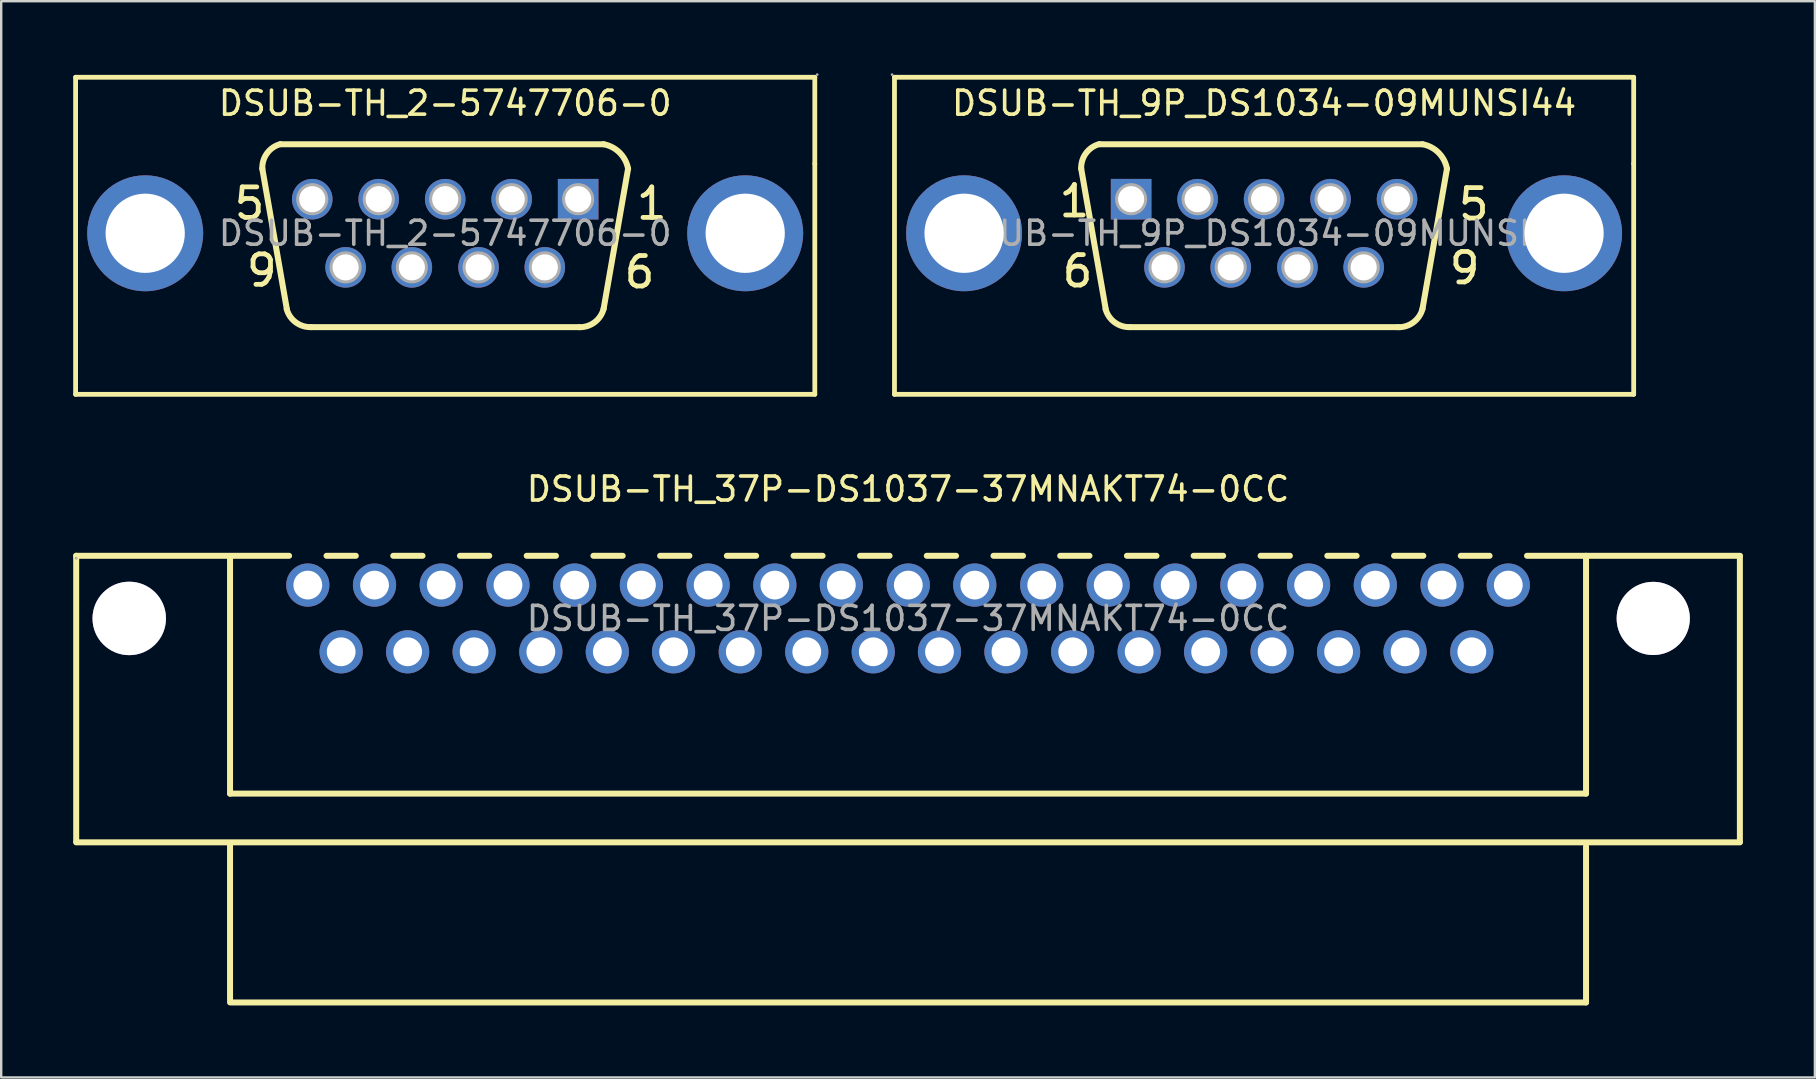
<source format=kicad_pcb>
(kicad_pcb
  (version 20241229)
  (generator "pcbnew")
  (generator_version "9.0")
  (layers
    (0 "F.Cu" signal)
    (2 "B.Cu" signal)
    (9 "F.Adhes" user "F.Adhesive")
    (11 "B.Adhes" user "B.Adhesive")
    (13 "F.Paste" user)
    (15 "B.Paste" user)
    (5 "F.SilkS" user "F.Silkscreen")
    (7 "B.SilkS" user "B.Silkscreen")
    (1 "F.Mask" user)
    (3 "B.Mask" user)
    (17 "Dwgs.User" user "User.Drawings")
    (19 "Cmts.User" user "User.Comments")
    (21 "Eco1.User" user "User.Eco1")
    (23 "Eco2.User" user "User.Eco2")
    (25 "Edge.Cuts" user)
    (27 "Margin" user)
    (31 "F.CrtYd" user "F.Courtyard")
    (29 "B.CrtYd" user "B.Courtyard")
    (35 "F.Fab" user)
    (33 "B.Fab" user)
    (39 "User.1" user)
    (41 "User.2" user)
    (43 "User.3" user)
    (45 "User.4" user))
  (footprint "DSUB-TH_9P_DS1034-09MUNSI44"
    (layer "F.Cu")
    (at 49.62 6.67)
    (property "Reference" "DSUB-TH_9P_DS1034-09MUNSI44" (at 0 -5.42 0) (layer "F.SilkS") (effects (font (size 1 1) (thickness 0.15))))
    (attr through_hole)
    (fp_line (start -15.4 -6.5) (end 15.4 -6.5) (stroke (width 0.2) (type solid)) (layer "F.SilkS"))
    (fp_line (start -15.4 6.71) (end -15.4 -6.5) (stroke (width 0.2) (type solid)) (layer "F.SilkS"))
    (fp_line (start -7.62 -2.69) (end -6.6 3.15) (stroke (width 0.25) (type solid)) (layer "F.SilkS"))
    (fp_line (start -6.86 -3.71) (end 6.6 -3.71) (stroke (width 0.25) (type solid)) (layer "F.SilkS"))
    (fp_line (start -5.59 3.91) (end 5.59 3.91) (stroke (width 0.25) (type solid)) (layer "F.SilkS"))
    (fp_line (start 6.6 3.15) (end 7.62 -2.69) (stroke (width 0.25) (type solid)) (layer "F.SilkS"))
    (fp_line (start 15.4 -6.5) (end 15.4 -2.9) (stroke (width 0.2) (type solid)) (layer "F.SilkS"))
    (fp_line (start 15.4 -2.9) (end 15.4 6.71) (stroke (width 0.2) (type solid)) (layer "F.SilkS"))
    (fp_line (start 15.4 6.71) (end -15.4 6.71) (stroke (width 0.2) (type solid)) (layer "F.SilkS"))
    (fp_arc (start -7.62 -2.69) (mid -7.42237 -3.334737) (end -6.865846 -3.715559) (stroke (width 0.25) (type solid)) (layer "F.SilkS"))
    (fp_arc (start -5.59 3.91) (mid -6.228488 3.709171) (end -6.605186 3.15591) (stroke (width 0.25) (type solid)) (layer "F.SilkS"))
    (fp_arc (start 6.6 -3.71) (mid 7.269204 -3.358238) (end 7.620247 -2.688656) (stroke (width 0.25) (type solid)) (layer "F.SilkS"))
    (fp_arc (start 6.6 3.15) (mid 6.225929 3.707516) (end 5.586866 3.913311) (stroke (width 0.25) (type solid)) (layer "F.SilkS"))
    (fp_circle (center -15.5 -6.61) (end -15.47 -6.61) (stroke (width 0.06) (type solid)) (fill no) (layer "F.Fab"))
    (fp_circle (center -12.5 0) (end -11.72 0) (stroke (width 1.55) (type solid)) (fill no) (layer "F.Fab"))
    (fp_circle (center -5.54 -1.42) (end -5.32 -1.42) (stroke (width 0.45) (type solid)) (fill no) (layer "F.Fab"))
    (fp_circle (center -4.15 1.42) (end -3.93 1.42) (stroke (width 0.45) (type solid)) (fill no) (layer "F.Fab"))
    (fp_circle (center -2.77 -1.42) (end -2.55 -1.42) (stroke (width 0.45) (type solid)) (fill no) (layer "F.Fab"))
    (fp_circle (center -1.39 1.42) (end -1.17 1.42) (stroke (width 0.45) (type solid)) (fill no) (layer "F.Fab"))
    (fp_circle (center 0 -1.42) (end 0.22 -1.42) (stroke (width 0.45) (type solid)) (fill no) (layer "F.Fab"))
    (fp_circle (center 1.39 1.42) (end 1.61 1.42) (stroke (width 0.45) (type solid)) (fill no) (layer "F.Fab"))
    (fp_circle (center 2.77 -1.42) (end 2.99 -1.42) (stroke (width 0.45) (type solid)) (fill no) (layer "F.Fab"))
    (fp_circle (center 4.15 1.42) (end 4.37 1.42) (stroke (width 0.45) (type solid)) (fill no) (layer "F.Fab"))
    (fp_circle (center 5.54 -1.42) (end 5.76 -1.42) (stroke (width 0.45) (type solid)) (fill no) (layer "F.Fab"))
    (fp_circle (center 12.5 0) (end 13.28 0) (stroke (width 1.55) (type solid)) (fill no) (layer "F.Fab"))
    (fp_text user "6" (at -8.51 1.58 0) (layer "F.SilkS") (effects (font (size 1.27 1.27) (thickness 0.2)) (justify left)))
    (fp_text user "1" (at -8.64 -1.34 0) (layer "F.SilkS") (effects (font (size 1.27 1.27) (thickness 0.2)) (justify left)))
    (fp_text user "5" (at 8 -1.21 0) (layer "F.SilkS") (effects (font (size 1.27 1.27) (thickness 0.2)) (justify left)))
    (fp_text user "9" (at 7.62 1.45 0) (layer "F.SilkS") (effects (font (size 1.27 1.27) (thickness 0.2)) (justify left)))
    (fp_text user "${REFERENCE}" (at 0 0 0) (layer "F.Fab") (effects (font (size 1 1) (thickness 0.15))))
    (pad "1" thru_hole rect (at -5.54 -1.42) (size 1.69 1.69) (drill 1.09) (layers "*.Cu" "*.Paste" "*.Mask"))
    (pad "2" thru_hole circle (at -2.77 -1.42) (size 1.69 1.69) (drill 1.09) (layers "*.Cu" "*.Paste" "*.Mask"))
    (pad "3" thru_hole circle (at 0 -1.42) (size 1.69 1.69) (drill 1.09) (layers "*.Cu" "*.Paste" "*.Mask"))
    (pad "4" thru_hole circle (at 2.77 -1.42) (size 1.69 1.69) (drill 1.09) (layers "*.Cu" "*.Paste" "*.Mask"))
    (pad "5" thru_hole circle (at 5.54 -1.42) (size 1.69 1.69) (drill 1.09) (layers "*.Cu" "*.Paste" "*.Mask"))
    (pad "6" thru_hole circle (at -4.15 1.42) (size 1.69 1.69) (drill 1.09) (layers "*.Cu" "*.Paste" "*.Mask"))
    (pad "7" thru_hole circle (at -1.39 1.42) (size 1.69 1.69) (drill 1.09) (layers "*.Cu" "*.Paste" "*.Mask"))
    (pad "8" thru_hole circle (at 1.39 1.42) (size 1.69 1.69) (drill 1.09) (layers "*.Cu" "*.Paste" "*.Mask"))
    (pad "9" thru_hole circle (at 4.15 1.42) (size 1.69 1.69) (drill 1.09) (layers "*.Cu" "*.Paste" "*.Mask"))
    (pad "10" thru_hole circle (at 12.5 0) (size 4.83 4.83) (drill 3.302) (layers "*.Cu" "*.Paste" "*.Mask"))
    (pad "11" thru_hole circle (at -12.5 0) (size 4.83 4.83) (drill 3.302) (layers "*.Cu" "*.Paste" "*.Mask")))
  (footprint "DSUB-TH_37P-DS1037-37MNAKT74-0CC"
    (layer "F.Cu")
    (at 34.785 22.718)
    (property "Reference" "DSUB-TH_37P-DS1037-37MNAKT74-0CC" (at 0 -5.39 0) (layer "F.SilkS") (effects (font (size 1 1) (thickness 0.15))))
    (attr through_hole)
    (fp_line (start -34.66 -2.61) (end -25.79 -2.61) (stroke (width 0.25) (type solid)) (layer "F.SilkS"))
    (fp_line (start -34.66 9.3) (end -34.66 -2.61) (stroke (width 0.25) (type solid)) (layer "F.SilkS"))
    (fp_line (start -28.25 7.3) (end -28.25 -2.6) (stroke (width 0.25) (type solid)) (layer "F.SilkS"))
    (fp_line (start -28.25 15.9) (end -28.25 9.4) (stroke (width 0.25) (type solid)) (layer "F.SilkS"))
    (fp_line (start -24.23 -2.61) (end -23.01 -2.61) (stroke (width 0.25) (type solid)) (layer "F.SilkS"))
    (fp_line (start -21.45 -2.61) (end -20.23 -2.61) (stroke (width 0.25) (type solid)) (layer "F.SilkS"))
    (fp_line (start -18.67 -2.61) (end -17.45 -2.61) (stroke (width 0.25) (type solid)) (layer "F.SilkS"))
    (fp_line (start -15.89 -2.61) (end -14.67 -2.61) (stroke (width 0.25) (type solid)) (layer "F.SilkS"))
    (fp_line (start -13.11 -2.61) (end -11.89 -2.61) (stroke (width 0.25) (type solid)) (layer "F.SilkS"))
    (fp_line (start -10.33 -2.61) (end -9.11 -2.61) (stroke (width 0.25) (type solid)) (layer "F.SilkS"))
    (fp_line (start -7.55 -2.61) (end -6.33 -2.61) (stroke (width 0.25) (type solid)) (layer "F.SilkS"))
    (fp_line (start -4.77 -2.61) (end -3.56 -2.61) (stroke (width 0.25) (type solid)) (layer "F.SilkS"))
    (fp_line (start -2 -2.61) (end -0.77 -2.61) (stroke (width 0.25) (type solid)) (layer "F.SilkS"))
    (fp_line (start 0.78 -2.61) (end 2 -2.61) (stroke (width 0.25) (type solid)) (layer "F.SilkS"))
    (fp_line (start 3.56 -2.61) (end 4.79 -2.61) (stroke (width 0.25) (type solid)) (layer "F.SilkS"))
    (fp_line (start 6.34 -2.61) (end 7.56 -2.61) (stroke (width 0.25) (type solid)) (layer "F.SilkS"))
    (fp_line (start 9.12 -2.61) (end 10.35 -2.61) (stroke (width 0.25) (type solid)) (layer "F.SilkS"))
    (fp_line (start 11.9 -2.61) (end 13.13 -2.61) (stroke (width 0.25) (type solid)) (layer "F.SilkS"))
    (fp_line (start 14.69 -2.61) (end 15.91 -2.61) (stroke (width 0.25) (type solid)) (layer "F.SilkS"))
    (fp_line (start 17.47 -2.61) (end 18.69 -2.61) (stroke (width 0.25) (type solid)) (layer "F.SilkS"))
    (fp_line (start 20.25 -2.61) (end 21.47 -2.61) (stroke (width 0.25) (type solid)) (layer "F.SilkS"))
    (fp_line (start 23.03 -2.61) (end 24.23 -2.61) (stroke (width 0.25) (type solid)) (layer "F.SilkS"))
    (fp_line (start 25.79 -2.61) (end 34.66 -2.61) (stroke (width 0.25) (type solid)) (layer "F.SilkS"))
    (fp_line (start 28.25 7.3) (end -28.25 7.3) (stroke (width 0.25) (type solid)) (layer "F.SilkS"))
    (fp_line (start 28.25 7.3) (end 28.25 -2.61) (stroke (width 0.25) (type solid)) (layer "F.SilkS"))
    (fp_line (start 28.25 16) (end -28.25 16) (stroke (width 0.25) (type solid)) (layer "F.SilkS"))
    (fp_line (start 28.25 16) (end 28.25 9.5) (stroke (width 0.25) (type solid)) (layer "F.SilkS"))
    (fp_line (start 34.66 9.31) (end 34.66 -2.6) (stroke (width 0.25) (type solid)) (layer "F.SilkS"))
    (fp_line (start 34.66 9.33) (end -34.66 9.33) (stroke (width 0.25) (type solid)) (layer "F.SilkS"))
    (fp_circle (center -32.45 0) (end -31.7 0) (stroke (width 1.5) (type solid)) (fill no) (layer "Cmts.User"))
    (fp_circle (center 31.05 0) (end 31.8 0) (stroke (width 1.5) (type solid)) (fill no) (layer "Cmts.User"))
    (fp_circle (center -34.66 -2.51) (end -34.63 -2.51) (stroke (width 0.06) (type solid)) (fill no) (layer "F.Fab"))
    (fp_text user "${REFERENCE}" (at 0 0 0) (layer "F.Fab") (effects (font (size 1 1) (thickness 0.15))))
    (pad "" thru_hole circle (at -32.45 0) (size 3.06 3.06) (drill 3.06) (layers "*.Cu" "*.Mask"))
    (pad "" thru_hole circle (at 31.05 0) (size 3.05 3.05) (drill 3.05) (layers "*.Cu" "*.Mask"))
    (pad "1" thru_hole circle (at -25.01 -1.39) (size 1.8 1.8) (drill 1.2) (layers "*.Cu" "*.Paste" "*.Mask"))
    (pad "2" thru_hole circle (at -22.23 -1.39) (size 1.8 1.8) (drill 1.2) (layers "*.Cu" "*.Paste" "*.Mask"))
    (pad "3" thru_hole circle (at -19.45 -1.39) (size 1.8 1.8) (drill 1.2) (layers "*.Cu" "*.Paste" "*.Mask"))
    (pad "4" thru_hole circle (at -16.67 -1.39) (size 1.8 1.8) (drill 1.2) (layers "*.Cu" "*.Paste" "*.Mask"))
    (pad "5" thru_hole circle (at -13.89 -1.39) (size 1.8 1.8) (drill 1.2) (layers "*.Cu" "*.Paste" "*.Mask"))
    (pad "6" thru_hole circle (at -11.11 -1.39) (size 1.8 1.8) (drill 1.2) (layers "*.Cu" "*.Paste" "*.Mask"))
    (pad "7" thru_hole circle (at -8.33 -1.39) (size 1.8 1.8) (drill 1.2) (layers "*.Cu" "*.Paste" "*.Mask"))
    (pad "8" thru_hole circle (at -5.55 -1.39) (size 1.8 1.8) (drill 1.2) (layers "*.Cu" "*.Paste" "*.Mask"))
    (pad "9" thru_hole circle (at -2.78 -1.39) (size 1.8 1.8) (drill 1.2) (layers "*.Cu" "*.Paste" "*.Mask"))
    (pad "10" thru_hole circle (at 0.01 -1.39) (size 1.8 1.8) (drill 1.2) (layers "*.Cu" "*.Paste" "*.Mask"))
    (pad "11" thru_hole circle (at 2.78 -1.39) (size 1.8 1.8) (drill 1.2) (layers "*.Cu" "*.Paste" "*.Mask"))
    (pad "12" thru_hole circle (at 5.57 -1.39) (size 1.8 1.8) (drill 1.2) (layers "*.Cu" "*.Paste" "*.Mask"))
    (pad "13" thru_hole circle (at 8.34 -1.39) (size 1.8 1.8) (drill 1.2) (layers "*.Cu" "*.Paste" "*.Mask"))
    (pad "14" thru_hole circle (at 11.13 -1.39) (size 1.8 1.8) (drill 1.2) (layers "*.Cu" "*.Paste" "*.Mask"))
    (pad "15" thru_hole circle (at 13.91 -1.39) (size 1.8 1.8) (drill 1.2) (layers "*.Cu" "*.Paste" "*.Mask"))
    (pad "16" thru_hole circle (at 16.69 -1.39) (size 1.8 1.8) (drill 1.2) (layers "*.Cu" "*.Paste" "*.Mask"))
    (pad "17" thru_hole circle (at 19.47 -1.39) (size 1.8 1.8) (drill 1.2) (layers "*.Cu" "*.Paste" "*.Mask"))
    (pad "18" thru_hole circle (at 22.25 -1.39) (size 1.8 1.8) (drill 1.2) (layers "*.Cu" "*.Paste" "*.Mask"))
    (pad "19" thru_hole circle (at 25.01 -1.39) (size 1.8 1.8) (drill 1.2) (layers "*.Cu" "*.Paste" "*.Mask"))
    (pad "20" thru_hole circle (at -23.62 1.39) (size 1.8 1.8) (drill 1.2) (layers "*.Cu" "*.Paste" "*.Mask"))
    (pad "21" thru_hole circle (at -20.85 1.39) (size 1.8 1.8) (drill 1.2) (layers "*.Cu" "*.Paste" "*.Mask"))
    (pad "22" thru_hole circle (at -18.08 1.39) (size 1.8 1.8) (drill 1.2) (layers "*.Cu" "*.Paste" "*.Mask"))
    (pad "23" thru_hole circle (at -15.3 1.39) (size 1.8 1.8) (drill 1.2) (layers "*.Cu" "*.Paste" "*.Mask"))
    (pad "24" thru_hole circle (at -12.53 1.39) (size 1.8 1.8) (drill 1.2) (layers "*.Cu" "*.Paste" "*.Mask"))
    (pad "25" thru_hole circle (at -9.77 1.39) (size 1.8 1.8) (drill 1.2) (layers "*.Cu" "*.Paste" "*.Mask"))
    (pad "26" thru_hole circle (at -6.99 1.39) (size 1.8 1.8) (drill 1.2) (layers "*.Cu" "*.Paste" "*.Mask"))
    (pad "27" thru_hole circle (at -4.22 1.39) (size 1.8 1.8) (drill 1.2) (layers "*.Cu" "*.Paste" "*.Mask"))
    (pad "28" thru_hole circle (at -1.45 1.39) (size 1.8 1.8) (drill 1.2) (layers "*.Cu" "*.Paste" "*.Mask"))
    (pad "29" thru_hole circle (at 1.31 1.39) (size 1.8 1.8) (drill 1.2) (layers "*.Cu" "*.Paste" "*.Mask"))
    (pad "30" thru_hole circle (at 4.08 1.39) (size 1.8 1.8) (drill 1.2) (layers "*.Cu" "*.Paste" "*.Mask"))
    (pad "31" thru_hole circle (at 6.86 1.39) (size 1.8 1.8) (drill 1.2) (layers "*.Cu" "*.Paste" "*.Mask"))
    (pad "32" thru_hole circle (at 9.63 1.39) (size 1.8 1.8) (drill 1.2) (layers "*.Cu" "*.Paste" "*.Mask"))
    (pad "33" thru_hole circle (at 12.4 1.39) (size 1.8 1.8) (drill 1.2) (layers "*.Cu" "*.Paste" "*.Mask"))
    (pad "34" thru_hole circle (at 15.17 1.39) (size 1.8 1.8) (drill 1.2) (layers "*.Cu" "*.Paste" "*.Mask"))
    (pad "35" thru_hole circle (at 17.94 1.39) (size 1.8 1.8) (drill 1.2) (layers "*.Cu" "*.Paste" "*.Mask"))
    (pad "36" thru_hole circle (at 20.71 1.39) (size 1.8 1.8) (drill 1.2) (layers "*.Cu" "*.Paste" "*.Mask"))
    (pad "37" thru_hole circle (at 23.49 1.39) (size 1.8 1.8) (drill 1.2) (layers "*.Cu" "*.Paste" "*.Mask")))
  (footprint "DSUB-TH_2-5747706-0"
    (layer "F.Cu")
    (at 15.5 6.67)
    (property "Reference" "DSUB-TH_2-5747706-0" (at 0 -5.42 0) (layer "F.SilkS") (effects (font (size 1 1) (thickness 0.15))))
    (attr through_hole)
    (fp_line (start -15.4 -6.5) (end 15.4 -6.5) (stroke (width 0.2) (type solid)) (layer "F.SilkS"))
    (fp_line (start -15.4 6.71) (end -15.4 -6.5) (stroke (width 0.2) (type solid)) (layer "F.SilkS"))
    (fp_line (start -7.62 -2.69) (end -6.6 3.15) (stroke (width 0.25) (type solid)) (layer "F.SilkS"))
    (fp_line (start -6.86 -3.71) (end 6.6 -3.71) (stroke (width 0.25) (type solid)) (layer "F.SilkS"))
    (fp_line (start -5.59 3.91) (end 5.59 3.91) (stroke (width 0.25) (type solid)) (layer "F.SilkS"))
    (fp_line (start 6.6 3.15) (end 7.62 -2.69) (stroke (width 0.25) (type solid)) (layer "F.SilkS"))
    (fp_line (start 15.4 -6.5) (end 15.4 -2.9) (stroke (width 0.2) (type solid)) (layer "F.SilkS"))
    (fp_line (start 15.4 -2.9) (end 15.4 6.71) (stroke (width 0.2) (type solid)) (layer "F.SilkS"))
    (fp_line (start 15.4 6.71) (end -15.4 6.71) (stroke (width 0.2) (type solid)) (layer "F.SilkS"))
    (fp_arc (start -7.62 -2.69) (mid -7.42237 -3.334737) (end -6.865846 -3.715559) (stroke (width 0.25) (type solid)) (layer "F.SilkS"))
    (fp_arc (start -5.59 3.91) (mid -6.228488 3.709171) (end -6.605186 3.15591) (stroke (width 0.25) (type solid)) (layer "F.SilkS"))
    (fp_arc (start 6.6 -3.71) (mid 7.269204 -3.358238) (end 7.620247 -2.688656) (stroke (width 0.25) (type solid)) (layer "F.SilkS"))
    (fp_arc (start 6.6 3.15) (mid 6.225929 3.707516) (end 5.586866 3.913311) (stroke (width 0.25) (type solid)) (layer "F.SilkS"))
    (fp_circle (center -12.5 0) (end -11.72 0) (stroke (width 1.55) (type solid)) (fill no) (layer "F.Fab"))
    (fp_circle (center -5.54 -1.42) (end -5.32 -1.42) (stroke (width 0.45) (type solid)) (fill no) (layer "F.Fab"))
    (fp_circle (center -4.15 1.42) (end -3.93 1.42) (stroke (width 0.45) (type solid)) (fill no) (layer "F.Fab"))
    (fp_circle (center -2.77 -1.42) (end -2.55 -1.42) (stroke (width 0.45) (type solid)) (fill no) (layer "F.Fab"))
    (fp_circle (center -1.39 1.42) (end -1.17 1.42) (stroke (width 0.45) (type solid)) (fill no) (layer "F.Fab"))
    (fp_circle (center 0 -1.42) (end 0.22 -1.42) (stroke (width 0.45) (type solid)) (fill no) (layer "F.Fab"))
    (fp_circle (center 1.39 1.42) (end 1.61 1.42) (stroke (width 0.45) (type solid)) (fill no) (layer "F.Fab"))
    (fp_circle (center 2.77 -1.42) (end 2.99 -1.42) (stroke (width 0.45) (type solid)) (fill no) (layer "F.Fab"))
    (fp_circle (center 4.15 1.42) (end 4.37 1.42) (stroke (width 0.45) (type solid)) (fill no) (layer "F.Fab"))
    (fp_circle (center 5.54 -1.42) (end 5.76 -1.42) (stroke (width 0.45) (type solid)) (fill no) (layer "F.Fab"))
    (fp_circle (center 12.5 0) (end 13.28 0) (stroke (width 1.55) (type solid)) (fill no) (layer "F.Fab"))
    (fp_circle (center 15.5 -6.61) (end 15.53 -6.61) (stroke (width 0.06) (type solid)) (fill no) (layer "F.Fab"))
    (fp_text user "5" (at -8.89 -1.24 0) (layer "F.SilkS") (effects (font (size 1.27 1.27) (thickness 0.2)) (justify left)))
    (fp_text user "9" (at -8.38 1.55 0) (layer "F.SilkS") (effects (font (size 1.27 1.27) (thickness 0.2)) (justify left)))
    (fp_text user "1" (at 7.87 -1.24 0) (layer "F.SilkS") (effects (font (size 1.27 1.27) (thickness 0.2)) (justify left)))
    (fp_text user "6" (at 7.36 1.62 0) (layer "F.SilkS") (effects (font (size 1.27 1.27) (thickness 0.2)) (justify left)))
    (fp_text user "${REFERENCE}" (at 0 0 0) (layer "F.Fab") (effects (font (size 1 1) (thickness 0.15))))
    (pad "1" thru_hole rect (at 5.54 -1.42) (size 1.69 1.69) (drill 1.09) (layers "*.Cu" "*.Paste" "*.Mask"))
    (pad "2" thru_hole circle (at 2.77 -1.42) (size 1.69 1.69) (drill 1.09) (layers "*.Cu" "*.Paste" "*.Mask"))
    (pad "3" thru_hole circle (at 0 -1.42) (size 1.69 1.69) (drill 1.09) (layers "*.Cu" "*.Paste" "*.Mask"))
    (pad "4" thru_hole circle (at -2.77 -1.42) (size 1.69 1.69) (drill 1.09) (layers "*.Cu" "*.Paste" "*.Mask"))
    (pad "5" thru_hole circle (at -5.54 -1.42) (size 1.69 1.69) (drill 1.09) (layers "*.Cu" "*.Paste" "*.Mask"))
    (pad "6" thru_hole circle (at 4.15 1.42) (size 1.69 1.69) (drill 1.09) (layers "*.Cu" "*.Paste" "*.Mask"))
    (pad "7" thru_hole circle (at 1.39 1.42) (size 1.69 1.69) (drill 1.09) (layers "*.Cu" "*.Paste" "*.Mask"))
    (pad "8" thru_hole circle (at -1.39 1.42) (size 1.69 1.69) (drill 1.09) (layers "*.Cu" "*.Paste" "*.Mask"))
    (pad "9" thru_hole circle (at -4.15 1.42) (size 1.69 1.69) (drill 1.09) (layers "*.Cu" "*.Paste" "*.Mask"))
    (pad "10" thru_hole circle (at 12.5 0) (size 4.83 4.83) (drill 3.302) (layers "*.Cu" "*.Paste" "*.Mask"))
    (pad "11" thru_hole circle (at -12.5 0) (size 4.83 4.83) (drill 3.302) (layers "*.Cu" "*.Paste" "*.Mask")))
  (gr_rect
    (start -3 -3)
    (end 72.57 41.843)
    (stroke (width 0.1) (type default))
    (fill no)
    (layer "Edge.Cuts")))
</source>
